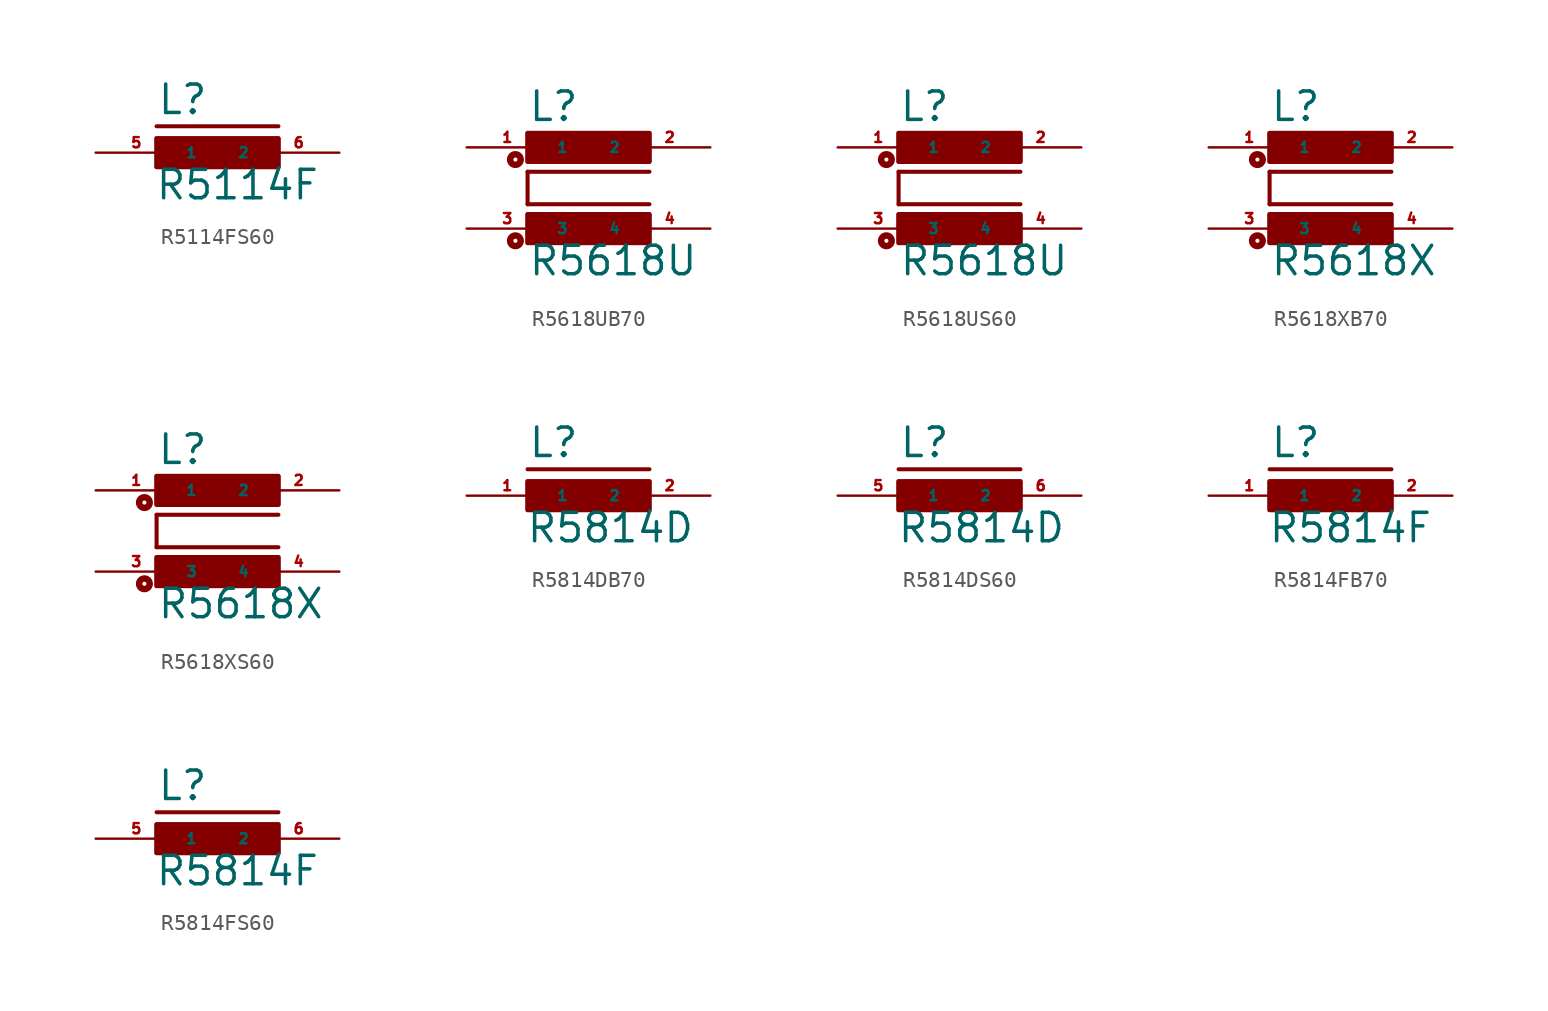
<source format=kicad_sym>
(kicad_symbol_lib
  (version 20220914)
  (generator Eagle2Kicad)
  (symbol "R5114FS60"
    (property "Reference" "L"
      (at -3.81 2.286 0)
      (effects (font (size 1.778 1.778) (thickness 0.22)) (justify left bottom)))
    (property "Value" "R5114F"
      (at -3.937 -3.048 0)
      (effects (font (size 1.778 1.778) (thickness 0.22)) (justify left bottom)))
    (polyline
      (pts (xy -3.81 1.651) (xy 3.81 1.651))
      (stroke (width 0.254) (type default))
      (fill (type none)))
    (rectangle
      (start -3.81 -0.889)
      (end 3.81 0.889)
      (stroke (width 0.3) (type default))
      (fill (type outline)))
    (pin passive line
      (at 7.62 0 180)
      (length 5.08)
      (name "2" (effects (font (size 0.635 0.635) (thickness 0.08)) (justify left bottom)))
      (number "6" (effects (font (size 0.635 0.635) (thickness 0.08)) (justify left bottom))))
    (pin passive line
      (at -7.62 0 0)
      (length 5.08)
      (name "1" (effects (font (size 0.635 0.635) (thickness 0.08)) (justify left bottom)))
      (number "5" (effects (font (size 0.635 0.635) (thickness 0.08)) (justify left bottom)))))
  (symbol "R5618UB70"
    (property "Reference" "L"
      (at -3.81 4.064 0)
      (effects (font (size 1.778 1.778) (thickness 0.22)) (justify left bottom)))
    (property "Value" "R5618U"
      (at -3.81 -5.588 0)
      (effects (font (size 1.778 1.778) (thickness 0.22)) (justify left bottom)))
    (polyline
      (pts (xy 3.81 1.016) (xy -3.81 1.016))
      (stroke (width 0.254) (type default))
      (fill (type none)))
    (polyline
      (pts (xy -3.81 -1.016) (xy -3.81 1.016))
      (stroke (width 0.254) (type default))
      (fill (type none)))
    (polyline
      (pts (xy -3.81 -1.016) (xy 3.81 -1.016))
      (stroke (width 0.254) (type default))
      (fill (type none)))
    (circle
      (center -4.572 -3.302)
      (radius 0.127)
      (stroke (width 0.406) (type default))
      (fill (type none)))
    (circle
      (center -4.572 1.778)
      (radius 0.127)
      (stroke (width 0.406) (type default))
      (fill (type none)))
    (rectangle
      (start -3.81 1.651)
      (end 3.81 3.429)
      (stroke (width 0.3) (type default))
      (fill (type outline)))
    (rectangle
      (start -3.81 -3.429)
      (end 3.81 -1.651)
      (stroke (width 0.3) (type default))
      (fill (type outline)))
    (pin passive line
      (at 7.62 2.54 180)
      (length 5.08)
      (name "2" (effects (font (size 0.635 0.635) (thickness 0.08)) (justify left bottom)))
      (number "2" (effects (font (size 0.635 0.635) (thickness 0.08)) (justify left bottom))))
    (pin passive line
      (at -7.62 2.54 0)
      (length 5.08)
      (name "1" (effects (font (size 0.635 0.635) (thickness 0.08)) (justify left bottom)))
      (number "1" (effects (font (size 0.635 0.635) (thickness 0.08)) (justify left bottom))))
    (pin passive line
      (at -7.62 -2.54 0)
      (length 5.08)
      (name "3" (effects (font (size 0.635 0.635) (thickness 0.08)) (justify left bottom)))
      (number "3" (effects (font (size 0.635 0.635) (thickness 0.08)) (justify left bottom))))
    (pin passive line
      (at 7.62 -2.54 180)
      (length 5.08)
      (name "4" (effects (font (size 0.635 0.635) (thickness 0.08)) (justify left bottom)))
      (number "4" (effects (font (size 0.635 0.635) (thickness 0.08)) (justify left bottom)))))
  (symbol "R5618US60"
    (property "Reference" "L"
      (at -3.81 4.064 0)
      (effects (font (size 1.778 1.778) (thickness 0.22)) (justify left bottom)))
    (property "Value" "R5618U"
      (at -3.81 -5.588 0)
      (effects (font (size 1.778 1.778) (thickness 0.22)) (justify left bottom)))
    (polyline
      (pts (xy 3.81 1.016) (xy -3.81 1.016))
      (stroke (width 0.254) (type default))
      (fill (type none)))
    (polyline
      (pts (xy -3.81 -1.016) (xy -3.81 1.016))
      (stroke (width 0.254) (type default))
      (fill (type none)))
    (polyline
      (pts (xy -3.81 -1.016) (xy 3.81 -1.016))
      (stroke (width 0.254) (type default))
      (fill (type none)))
    (circle
      (center -4.572 -3.302)
      (radius 0.127)
      (stroke (width 0.406) (type default))
      (fill (type none)))
    (circle
      (center -4.572 1.778)
      (radius 0.127)
      (stroke (width 0.406) (type default))
      (fill (type none)))
    (rectangle
      (start -3.81 1.651)
      (end 3.81 3.429)
      (stroke (width 0.3) (type default))
      (fill (type outline)))
    (rectangle
      (start -3.81 -3.429)
      (end 3.81 -1.651)
      (stroke (width 0.3) (type default))
      (fill (type outline)))
    (pin passive line
      (at 7.62 2.54 180)
      (length 5.08)
      (name "2" (effects (font (size 0.635 0.635) (thickness 0.08)) (justify left bottom)))
      (number "2" (effects (font (size 0.635 0.635) (thickness 0.08)) (justify left bottom))))
    (pin passive line
      (at -7.62 2.54 0)
      (length 5.08)
      (name "1" (effects (font (size 0.635 0.635) (thickness 0.08)) (justify left bottom)))
      (number "1" (effects (font (size 0.635 0.635) (thickness 0.08)) (justify left bottom))))
    (pin passive line
      (at -7.62 -2.54 0)
      (length 5.08)
      (name "3" (effects (font (size 0.635 0.635) (thickness 0.08)) (justify left bottom)))
      (number "3" (effects (font (size 0.635 0.635) (thickness 0.08)) (justify left bottom))))
    (pin passive line
      (at 7.62 -2.54 180)
      (length 5.08)
      (name "4" (effects (font (size 0.635 0.635) (thickness 0.08)) (justify left bottom)))
      (number "4" (effects (font (size 0.635 0.635) (thickness 0.08)) (justify left bottom)))))
  (symbol "R5618XB70"
    (property "Reference" "L"
      (at -3.81 4.064 0)
      (effects (font (size 1.778 1.778) (thickness 0.22)) (justify left bottom)))
    (property "Value" "R5618X"
      (at -3.81 -5.588 0)
      (effects (font (size 1.778 1.778) (thickness 0.22)) (justify left bottom)))
    (polyline
      (pts (xy 3.81 1.016) (xy -3.81 1.016))
      (stroke (width 0.254) (type default))
      (fill (type none)))
    (polyline
      (pts (xy -3.81 -1.016) (xy -3.81 1.016))
      (stroke (width 0.254) (type default))
      (fill (type none)))
    (polyline
      (pts (xy -3.81 -1.016) (xy 3.81 -1.016))
      (stroke (width 0.254) (type default))
      (fill (type none)))
    (circle
      (center -4.572 -3.302)
      (radius 0.127)
      (stroke (width 0.406) (type default))
      (fill (type none)))
    (circle
      (center -4.572 1.778)
      (radius 0.127)
      (stroke (width 0.406) (type default))
      (fill (type none)))
    (rectangle
      (start -3.81 1.651)
      (end 3.81 3.429)
      (stroke (width 0.3) (type default))
      (fill (type outline)))
    (rectangle
      (start -3.81 -3.429)
      (end 3.81 -1.651)
      (stroke (width 0.3) (type default))
      (fill (type outline)))
    (pin passive line
      (at 7.62 2.54 180)
      (length 5.08)
      (name "2" (effects (font (size 0.635 0.635) (thickness 0.08)) (justify left bottom)))
      (number "2" (effects (font (size 0.635 0.635) (thickness 0.08)) (justify left bottom))))
    (pin passive line
      (at -7.62 2.54 0)
      (length 5.08)
      (name "1" (effects (font (size 0.635 0.635) (thickness 0.08)) (justify left bottom)))
      (number "1" (effects (font (size 0.635 0.635) (thickness 0.08)) (justify left bottom))))
    (pin passive line
      (at -7.62 -2.54 0)
      (length 5.08)
      (name "3" (effects (font (size 0.635 0.635) (thickness 0.08)) (justify left bottom)))
      (number "3" (effects (font (size 0.635 0.635) (thickness 0.08)) (justify left bottom))))
    (pin passive line
      (at 7.62 -2.54 180)
      (length 5.08)
      (name "4" (effects (font (size 0.635 0.635) (thickness 0.08)) (justify left bottom)))
      (number "4" (effects (font (size 0.635 0.635) (thickness 0.08)) (justify left bottom)))))
  (symbol "R5618XS60"
    (property "Reference" "L"
      (at -3.81 4.064 0)
      (effects (font (size 1.778 1.778) (thickness 0.22)) (justify left bottom)))
    (property "Value" "R5618X"
      (at -3.81 -5.588 0)
      (effects (font (size 1.778 1.778) (thickness 0.22)) (justify left bottom)))
    (polyline
      (pts (xy 3.81 1.016) (xy -3.81 1.016))
      (stroke (width 0.254) (type default))
      (fill (type none)))
    (polyline
      (pts (xy -3.81 -1.016) (xy -3.81 1.016))
      (stroke (width 0.254) (type default))
      (fill (type none)))
    (polyline
      (pts (xy -3.81 -1.016) (xy 3.81 -1.016))
      (stroke (width 0.254) (type default))
      (fill (type none)))
    (circle
      (center -4.572 -3.302)
      (radius 0.127)
      (stroke (width 0.406) (type default))
      (fill (type none)))
    (circle
      (center -4.572 1.778)
      (radius 0.127)
      (stroke (width 0.406) (type default))
      (fill (type none)))
    (rectangle
      (start -3.81 1.651)
      (end 3.81 3.429)
      (stroke (width 0.3) (type default))
      (fill (type outline)))
    (rectangle
      (start -3.81 -3.429)
      (end 3.81 -1.651)
      (stroke (width 0.3) (type default))
      (fill (type outline)))
    (pin passive line
      (at 7.62 2.54 180)
      (length 5.08)
      (name "2" (effects (font (size 0.635 0.635) (thickness 0.08)) (justify left bottom)))
      (number "2" (effects (font (size 0.635 0.635) (thickness 0.08)) (justify left bottom))))
    (pin passive line
      (at -7.62 2.54 0)
      (length 5.08)
      (name "1" (effects (font (size 0.635 0.635) (thickness 0.08)) (justify left bottom)))
      (number "1" (effects (font (size 0.635 0.635) (thickness 0.08)) (justify left bottom))))
    (pin passive line
      (at -7.62 -2.54 0)
      (length 5.08)
      (name "3" (effects (font (size 0.635 0.635) (thickness 0.08)) (justify left bottom)))
      (number "3" (effects (font (size 0.635 0.635) (thickness 0.08)) (justify left bottom))))
    (pin passive line
      (at 7.62 -2.54 180)
      (length 5.08)
      (name "4" (effects (font (size 0.635 0.635) (thickness 0.08)) (justify left bottom)))
      (number "4" (effects (font (size 0.635 0.635) (thickness 0.08)) (justify left bottom)))))
  (symbol "R5814DB70"
    (property "Reference" "L"
      (at -3.81 2.286 0)
      (effects (font (size 1.778 1.778) (thickness 0.22)) (justify left bottom)))
    (property "Value" "R5814D"
      (at -3.937 -3.048 0)
      (effects (font (size 1.778 1.778) (thickness 0.22)) (justify left bottom)))
    (polyline
      (pts (xy -3.81 1.651) (xy 3.81 1.651))
      (stroke (width 0.254) (type default))
      (fill (type none)))
    (rectangle
      (start -3.81 -0.889)
      (end 3.81 0.889)
      (stroke (width 0.3) (type default))
      (fill (type outline)))
    (pin passive line
      (at 7.62 0 180)
      (length 5.08)
      (name "2" (effects (font (size 0.635 0.635) (thickness 0.08)) (justify left bottom)))
      (number "2" (effects (font (size 0.635 0.635) (thickness 0.08)) (justify left bottom))))
    (pin passive line
      (at -7.62 0 0)
      (length 5.08)
      (name "1" (effects (font (size 0.635 0.635) (thickness 0.08)) (justify left bottom)))
      (number "1" (effects (font (size 0.635 0.635) (thickness 0.08)) (justify left bottom)))))
  (symbol "R5814DS60"
    (property "Reference" "L"
      (at -3.81 2.286 0)
      (effects (font (size 1.778 1.778) (thickness 0.22)) (justify left bottom)))
    (property "Value" "R5814D"
      (at -3.937 -3.048 0)
      (effects (font (size 1.778 1.778) (thickness 0.22)) (justify left bottom)))
    (polyline
      (pts (xy -3.81 1.651) (xy 3.81 1.651))
      (stroke (width 0.254) (type default))
      (fill (type none)))
    (rectangle
      (start -3.81 -0.889)
      (end 3.81 0.889)
      (stroke (width 0.3) (type default))
      (fill (type outline)))
    (pin passive line
      (at 7.62 0 180)
      (length 5.08)
      (name "2" (effects (font (size 0.635 0.635) (thickness 0.08)) (justify left bottom)))
      (number "6" (effects (font (size 0.635 0.635) (thickness 0.08)) (justify left bottom))))
    (pin passive line
      (at -7.62 0 0)
      (length 5.08)
      (name "1" (effects (font (size 0.635 0.635) (thickness 0.08)) (justify left bottom)))
      (number "5" (effects (font (size 0.635 0.635) (thickness 0.08)) (justify left bottom)))))
  (symbol "R5814FB70"
    (property "Reference" "L"
      (at -3.81 2.286 0)
      (effects (font (size 1.778 1.778) (thickness 0.22)) (justify left bottom)))
    (property "Value" "R5814F"
      (at -3.937 -3.048 0)
      (effects (font (size 1.778 1.778) (thickness 0.22)) (justify left bottom)))
    (polyline
      (pts (xy -3.81 1.651) (xy 3.81 1.651))
      (stroke (width 0.254) (type default))
      (fill (type none)))
    (rectangle
      (start -3.81 -0.889)
      (end 3.81 0.889)
      (stroke (width 0.3) (type default))
      (fill (type outline)))
    (pin passive line
      (at 7.62 0 180)
      (length 5.08)
      (name "2" (effects (font (size 0.635 0.635) (thickness 0.08)) (justify left bottom)))
      (number "2" (effects (font (size 0.635 0.635) (thickness 0.08)) (justify left bottom))))
    (pin passive line
      (at -7.62 0 0)
      (length 5.08)
      (name "1" (effects (font (size 0.635 0.635) (thickness 0.08)) (justify left bottom)))
      (number "1" (effects (font (size 0.635 0.635) (thickness 0.08)) (justify left bottom)))))
  (symbol "R5814FS60"
    (property "Reference" "L"
      (at -3.81 2.286 0)
      (effects (font (size 1.778 1.778) (thickness 0.22)) (justify left bottom)))
    (property "Value" "R5814F"
      (at -3.937 -3.048 0)
      (effects (font (size 1.778 1.778) (thickness 0.22)) (justify left bottom)))
    (polyline
      (pts (xy -3.81 1.651) (xy 3.81 1.651))
      (stroke (width 0.254) (type default))
      (fill (type none)))
    (rectangle
      (start -3.81 -0.889)
      (end 3.81 0.889)
      (stroke (width 0.3) (type default))
      (fill (type outline)))
    (pin passive line
      (at 7.62 0 180)
      (length 5.08)
      (name "2" (effects (font (size 0.635 0.635) (thickness 0.08)) (justify left bottom)))
      (number "6" (effects (font (size 0.635 0.635) (thickness 0.08)) (justify left bottom))))
    (pin passive line
      (at -7.62 0 0)
      (length 5.08)
      (name "1" (effects (font (size 0.635 0.635) (thickness 0.08)) (justify left bottom)))
      (number "5" (effects (font (size 0.635 0.635) (thickness 0.08)) (justify left bottom))))))
</source>
